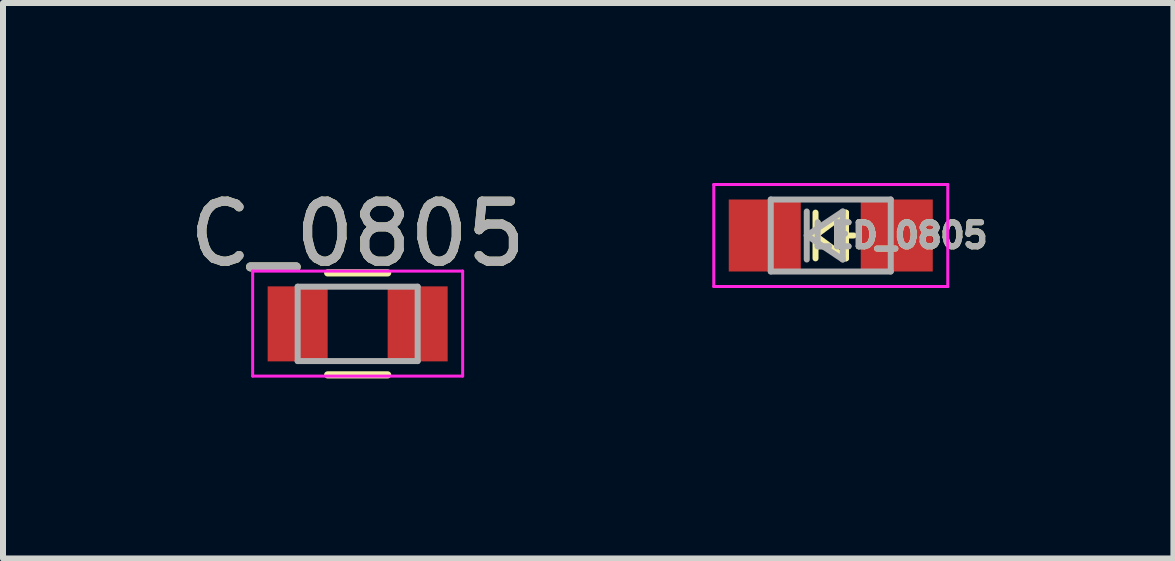
<source format=kicad_pcb>
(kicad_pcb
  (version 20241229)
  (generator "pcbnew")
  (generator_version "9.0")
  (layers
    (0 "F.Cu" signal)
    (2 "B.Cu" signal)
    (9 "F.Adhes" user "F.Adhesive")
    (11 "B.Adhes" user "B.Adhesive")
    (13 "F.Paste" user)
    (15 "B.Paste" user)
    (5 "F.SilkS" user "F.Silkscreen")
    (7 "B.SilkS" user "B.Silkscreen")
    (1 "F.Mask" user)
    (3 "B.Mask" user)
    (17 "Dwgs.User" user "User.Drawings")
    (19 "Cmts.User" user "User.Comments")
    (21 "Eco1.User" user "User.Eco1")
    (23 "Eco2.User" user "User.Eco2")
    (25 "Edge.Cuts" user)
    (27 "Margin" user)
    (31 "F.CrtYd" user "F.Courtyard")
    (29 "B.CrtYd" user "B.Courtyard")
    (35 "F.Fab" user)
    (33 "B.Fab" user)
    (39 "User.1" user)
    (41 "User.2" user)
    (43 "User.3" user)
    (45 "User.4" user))
  (footprint "C_0805"
    (layer "F.Cu")
    (at 2.911 2.348)
    (property "Reference" "C_0805" (at 0 -1.5 0) (layer "F.SilkS") (effects (font (size 1 1) (thickness 0.15))))
    (attr smd)
    (fp_line (start -0.5 0.85) (end 0.5 0.85) (stroke (width 0.12) (type solid)) (layer "F.SilkS"))
    (fp_line (start 0.5 -0.85) (end -0.5 -0.85) (stroke (width 0.12) (type solid)) (layer "F.SilkS"))
    (fp_line (start -1.75 -0.88) (end -1.75 0.87) (stroke (width 0.05) (type solid)) (layer "F.CrtYd"))
    (fp_line (start -1.75 -0.88) (end 1.75 -0.88) (stroke (width 0.05) (type solid)) (layer "F.CrtYd"))
    (fp_line (start 1.75 0.87) (end -1.75 0.87) (stroke (width 0.05) (type solid)) (layer "F.CrtYd"))
    (fp_line (start 1.75 0.87) (end 1.75 -0.88) (stroke (width 0.05) (type solid)) (layer "F.CrtYd"))
    (fp_line (start -1 -0.62) (end 1 -0.62) (stroke (width 0.1) (type solid)) (layer "F.Fab"))
    (fp_line (start -1 0.62) (end -1 -0.62) (stroke (width 0.1) (type solid)) (layer "F.Fab"))
    (fp_line (start 1 -0.62) (end 1 0.62) (stroke (width 0.1) (type solid)) (layer "F.Fab"))
    (fp_line (start 1 0.62) (end -1 0.62) (stroke (width 0.1) (type solid)) (layer "F.Fab"))
    (fp_text user "${REFERENCE}" (at 0 -1.5 0) (layer "F.Fab") (effects (font (size 1 1) (thickness 0.15))))
    (pad "1" smd rect (at -1 0) (size 1 1.25) (layers "F.Cu" "F.Mask" "F.Paste"))
    (pad "2" smd rect (at 1 0) (size 1 1.25) (layers "F.Cu" "F.Mask" "F.Paste")))
  (footprint "LED_0805"
    (layer "F.Cu")
    (at 10.796 0.875)
    (property "Reference" "LED_0805" (at 1.143 0 0) (layer "F.SilkS") (effects (font (size 0.4 0.4) (thickness 0.1))))
    (attr smd)
    (fp_line (start -0.254 -0.381) (end -0.254 0.381) (stroke (width 0.1) (type solid)) (layer "F.SilkS"))
    (fp_line (start -0.254 0) (end -0.381 0) (stroke (width 0.1) (type solid)) (layer "F.SilkS"))
    (fp_line (start -0.254 0) (end 0.254 0.381) (stroke (width 0.1) (type solid)) (layer "F.SilkS"))
    (fp_line (start 0.254 -0.381) (end -0.254 0) (stroke (width 0.1) (type solid)) (layer "F.SilkS"))
    (fp_line (start 0.254 -0.381) (end 0.254 0.381) (stroke (width 0.1) (type solid)) (layer "F.SilkS"))
    (fp_line (start 0.254 0) (end 0.381 0) (stroke (width 0.1) (type solid)) (layer "F.SilkS"))
    (fp_line (start -1.95 -0.85) (end 1.95 -0.85) (stroke (width 0.05) (type solid)) (layer "F.CrtYd"))
    (fp_line (start -1.95 0.85) (end -1.95 -0.85) (stroke (width 0.05) (type solid)) (layer "F.CrtYd"))
    (fp_line (start 1.95 -0.85) (end 1.95 0.85) (stroke (width 0.05) (type solid)) (layer "F.CrtYd"))
    (fp_line (start 1.95 0.85) (end -1.95 0.85) (stroke (width 0.05) (type solid)) (layer "F.CrtYd"))
    (fp_line (start -1 -0.6) (end 1 -0.6) (stroke (width 0.1) (type solid)) (layer "F.Fab"))
    (fp_line (start -1 0.6) (end -1 -0.6) (stroke (width 0.1) (type solid)) (layer "F.Fab"))
    (fp_line (start -0.4 -0.4) (end -0.4 0.4) (stroke (width 0.1) (type solid)) (layer "F.Fab"))
    (fp_line (start -0.4 0) (end 0.2 -0.4) (stroke (width 0.1) (type solid)) (layer "F.Fab"))
    (fp_line (start 0.2 -0.4) (end 0.2 0.4) (stroke (width 0.1) (type solid)) (layer "F.Fab"))
    (fp_line (start 0.2 0.4) (end -0.4 0) (stroke (width 0.1) (type solid)) (layer "F.Fab"))
    (fp_line (start 1 -0.6) (end 1 0.6) (stroke (width 0.1) (type solid)) (layer "F.Fab"))
    (fp_line (start 1 0.6) (end -1 0.6) (stroke (width 0.1) (type solid)) (layer "F.Fab"))
    (fp_text user "${REFERENCE}" (at 1.143 0 0) (layer "F.Fab") (effects (font (size 0.4 0.4) (thickness 0.1))))
    (pad "1" smd rect (at -1.1 0 180) (size 1.2 1.2) (layers "F.Cu" "F.Mask" "F.Paste"))
    (pad "2" smd rect (at 1.1 0 180) (size 1.2 1.2) (layers "F.Cu" "F.Mask" "F.Paste")))
  (gr_rect
    (start -3 -3)
    (end 16.507 6.258)
    (stroke (width 0.1) (type default))
    (fill no)
    (layer "Edge.Cuts")))
</source>
